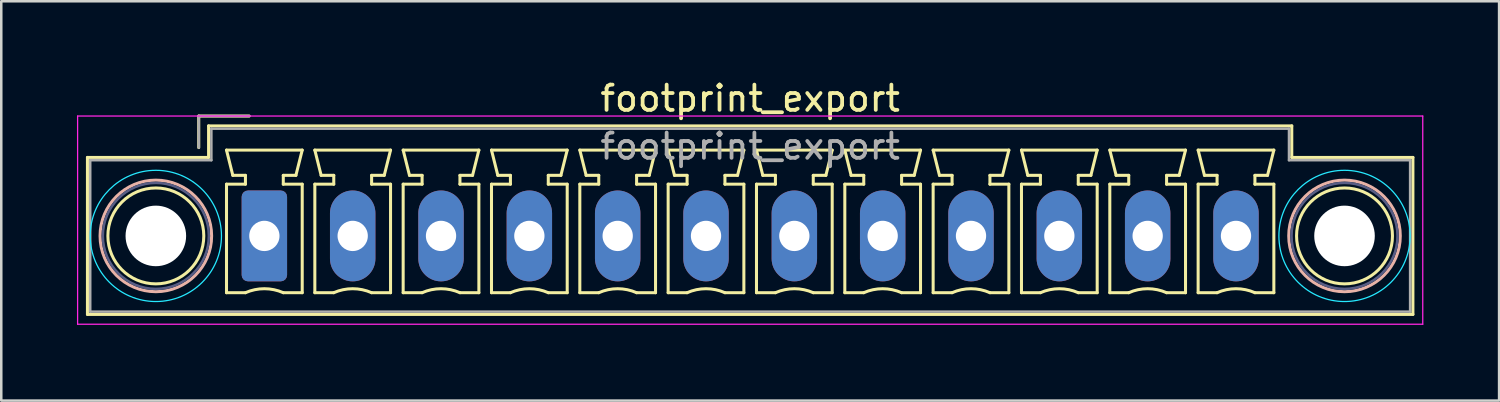
<source format=kicad_pcb>
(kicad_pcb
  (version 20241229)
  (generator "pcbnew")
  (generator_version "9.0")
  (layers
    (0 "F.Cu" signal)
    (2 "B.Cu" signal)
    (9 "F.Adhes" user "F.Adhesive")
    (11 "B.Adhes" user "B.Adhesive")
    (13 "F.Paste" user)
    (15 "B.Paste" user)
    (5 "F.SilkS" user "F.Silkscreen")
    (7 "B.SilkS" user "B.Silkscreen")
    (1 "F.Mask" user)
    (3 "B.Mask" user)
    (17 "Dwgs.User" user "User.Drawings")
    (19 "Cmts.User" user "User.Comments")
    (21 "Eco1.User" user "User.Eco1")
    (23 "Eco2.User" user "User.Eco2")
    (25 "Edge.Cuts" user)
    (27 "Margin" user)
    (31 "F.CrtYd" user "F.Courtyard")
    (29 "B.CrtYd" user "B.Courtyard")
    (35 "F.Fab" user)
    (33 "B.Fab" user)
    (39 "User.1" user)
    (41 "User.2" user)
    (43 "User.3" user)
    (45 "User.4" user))
  (footprint "footprint_export"
    (layer "F.Cu")
    (at 7.425 6.298)
    (property "Reference" "footprint_export" (at 19.25 -5.45 0) (layer "F.SilkS") (effects (font (size 1 1) (thickness 0.15))))
    (attr through_hole)
    (fp_line (start -7.01 -3.11) (end -7.01 3.11) (stroke (width 0.12) (type solid)) (layer "F.SilkS"))
    (fp_line (start -7.01 3.11) (end 45.51 3.11) (stroke (width 0.12) (type solid)) (layer "F.SilkS"))
    (fp_line (start -2.6 -4.75) (end -0.6 -4.75) (stroke (width 0.12) (type solid)) (layer "F.SilkS"))
    (fp_line (start -2.6 -3.5) (end -2.6 -4.75) (stroke (width 0.12) (type solid)) (layer "F.SilkS"))
    (fp_line (start -2.21 -4.36) (end -2.21 -3.11) (stroke (width 0.12) (type solid)) (layer "F.SilkS"))
    (fp_line (start -2.21 -3.11) (end -7.01 -3.11) (stroke (width 0.12) (type solid)) (layer "F.SilkS"))
    (fp_line (start -1.5 -3.4) (end 1.5 -3.4) (stroke (width 0.12) (type solid)) (layer "F.SilkS"))
    (fp_line (start -1.5 -2.05) (end -0.75 -2.05) (stroke (width 0.12) (type solid)) (layer "F.SilkS"))
    (fp_line (start -1.5 2.25) (end -1.5 -2.05) (stroke (width 0.12) (type solid)) (layer "F.SilkS"))
    (fp_line (start -1.25 -2.4) (end -1.5 -3.4) (stroke (width 0.12) (type solid)) (layer "F.SilkS"))
    (fp_line (start -0.75 -2.4) (end -1.25 -2.4) (stroke (width 0.12) (type solid)) (layer "F.SilkS"))
    (fp_line (start -0.75 -2.05) (end -0.75 -2.4) (stroke (width 0.12) (type solid)) (layer "F.SilkS"))
    (fp_line (start -0.75 2.25) (end -1.5 2.25) (stroke (width 0.12) (type solid)) (layer "F.SilkS"))
    (fp_line (start 0.75 -2.4) (end 0.75 -2.05) (stroke (width 0.12) (type solid)) (layer "F.SilkS"))
    (fp_line (start 0.75 -2.05) (end 1.5 -2.05) (stroke (width 0.12) (type solid)) (layer "F.SilkS"))
    (fp_line (start 1.25 -2.4) (end 0.75 -2.4) (stroke (width 0.12) (type solid)) (layer "F.SilkS"))
    (fp_line (start 1.5 -3.4) (end 1.25 -2.4) (stroke (width 0.12) (type solid)) (layer "F.SilkS"))
    (fp_line (start 1.5 -2.05) (end 1.5 2.25) (stroke (width 0.12) (type solid)) (layer "F.SilkS"))
    (fp_line (start 1.5 2.25) (end 0.75 2.25) (stroke (width 0.12) (type solid)) (layer "F.SilkS"))
    (fp_line (start 2 -3.4) (end 5 -3.4) (stroke (width 0.12) (type solid)) (layer "F.SilkS"))
    (fp_line (start 2 -2.05) (end 2.75 -2.05) (stroke (width 0.12) (type solid)) (layer "F.SilkS"))
    (fp_line (start 2 2.25) (end 2 -2.05) (stroke (width 0.12) (type solid)) (layer "F.SilkS"))
    (fp_line (start 2.25 -2.4) (end 2 -3.4) (stroke (width 0.12) (type solid)) (layer "F.SilkS"))
    (fp_line (start 2.75 -2.4) (end 2.25 -2.4) (stroke (width 0.12) (type solid)) (layer "F.SilkS"))
    (fp_line (start 2.75 -2.05) (end 2.75 -2.4) (stroke (width 0.12) (type solid)) (layer "F.SilkS"))
    (fp_line (start 2.75 2.25) (end 2 2.25) (stroke (width 0.12) (type solid)) (layer "F.SilkS"))
    (fp_line (start 4.25 -2.4) (end 4.25 -2.05) (stroke (width 0.12) (type solid)) (layer "F.SilkS"))
    (fp_line (start 4.25 -2.05) (end 5 -2.05) (stroke (width 0.12) (type solid)) (layer "F.SilkS"))
    (fp_line (start 4.75 -2.4) (end 4.25 -2.4) (stroke (width 0.12) (type solid)) (layer "F.SilkS"))
    (fp_line (start 5 -3.4) (end 4.75 -2.4) (stroke (width 0.12) (type solid)) (layer "F.SilkS"))
    (fp_line (start 5 -2.05) (end 5 2.25) (stroke (width 0.12) (type solid)) (layer "F.SilkS"))
    (fp_line (start 5 2.25) (end 4.25 2.25) (stroke (width 0.12) (type solid)) (layer "F.SilkS"))
    (fp_line (start 5.5 -3.4) (end 8.5 -3.4) (stroke (width 0.12) (type solid)) (layer "F.SilkS"))
    (fp_line (start 5.5 -2.05) (end 6.25 -2.05) (stroke (width 0.12) (type solid)) (layer "F.SilkS"))
    (fp_line (start 5.5 2.25) (end 5.5 -2.05) (stroke (width 0.12) (type solid)) (layer "F.SilkS"))
    (fp_line (start 5.75 -2.4) (end 5.5 -3.4) (stroke (width 0.12) (type solid)) (layer "F.SilkS"))
    (fp_line (start 6.25 -2.4) (end 5.75 -2.4) (stroke (width 0.12) (type solid)) (layer "F.SilkS"))
    (fp_line (start 6.25 -2.05) (end 6.25 -2.4) (stroke (width 0.12) (type solid)) (layer "F.SilkS"))
    (fp_line (start 6.25 2.25) (end 5.5 2.25) (stroke (width 0.12) (type solid)) (layer "F.SilkS"))
    (fp_line (start 7.75 -2.4) (end 7.75 -2.05) (stroke (width 0.12) (type solid)) (layer "F.SilkS"))
    (fp_line (start 7.75 -2.05) (end 8.5 -2.05) (stroke (width 0.12) (type solid)) (layer "F.SilkS"))
    (fp_line (start 8.25 -2.4) (end 7.75 -2.4) (stroke (width 0.12) (type solid)) (layer "F.SilkS"))
    (fp_line (start 8.5 -3.4) (end 8.25 -2.4) (stroke (width 0.12) (type solid)) (layer "F.SilkS"))
    (fp_line (start 8.5 -2.05) (end 8.5 2.25) (stroke (width 0.12) (type solid)) (layer "F.SilkS"))
    (fp_line (start 8.5 2.25) (end 7.75 2.25) (stroke (width 0.12) (type solid)) (layer "F.SilkS"))
    (fp_line (start 9 -3.4) (end 12 -3.4) (stroke (width 0.12) (type solid)) (layer "F.SilkS"))
    (fp_line (start 9 -2.05) (end 9.75 -2.05) (stroke (width 0.12) (type solid)) (layer "F.SilkS"))
    (fp_line (start 9 2.25) (end 9 -2.05) (stroke (width 0.12) (type solid)) (layer "F.SilkS"))
    (fp_line (start 9.25 -2.4) (end 9 -3.4) (stroke (width 0.12) (type solid)) (layer "F.SilkS"))
    (fp_line (start 9.75 -2.4) (end 9.25 -2.4) (stroke (width 0.12) (type solid)) (layer "F.SilkS"))
    (fp_line (start 9.75 -2.05) (end 9.75 -2.4) (stroke (width 0.12) (type solid)) (layer "F.SilkS"))
    (fp_line (start 9.75 2.25) (end 9 2.25) (stroke (width 0.12) (type solid)) (layer "F.SilkS"))
    (fp_line (start 11.25 -2.4) (end 11.25 -2.05) (stroke (width 0.12) (type solid)) (layer "F.SilkS"))
    (fp_line (start 11.25 -2.05) (end 12 -2.05) (stroke (width 0.12) (type solid)) (layer "F.SilkS"))
    (fp_line (start 11.75 -2.4) (end 11.25 -2.4) (stroke (width 0.12) (type solid)) (layer "F.SilkS"))
    (fp_line (start 12 -3.4) (end 11.75 -2.4) (stroke (width 0.12) (type solid)) (layer "F.SilkS"))
    (fp_line (start 12 -2.05) (end 12 2.25) (stroke (width 0.12) (type solid)) (layer "F.SilkS"))
    (fp_line (start 12 2.25) (end 11.25 2.25) (stroke (width 0.12) (type solid)) (layer "F.SilkS"))
    (fp_line (start 12.5 -3.4) (end 15.5 -3.4) (stroke (width 0.12) (type solid)) (layer "F.SilkS"))
    (fp_line (start 12.5 -2.05) (end 13.25 -2.05) (stroke (width 0.12) (type solid)) (layer "F.SilkS"))
    (fp_line (start 12.5 2.25) (end 12.5 -2.05) (stroke (width 0.12) (type solid)) (layer "F.SilkS"))
    (fp_line (start 12.75 -2.4) (end 12.5 -3.4) (stroke (width 0.12) (type solid)) (layer "F.SilkS"))
    (fp_line (start 13.25 -2.4) (end 12.75 -2.4) (stroke (width 0.12) (type solid)) (layer "F.SilkS"))
    (fp_line (start 13.25 -2.05) (end 13.25 -2.4) (stroke (width 0.12) (type solid)) (layer "F.SilkS"))
    (fp_line (start 13.25 2.25) (end 12.5 2.25) (stroke (width 0.12) (type solid)) (layer "F.SilkS"))
    (fp_line (start 14.75 -2.4) (end 14.75 -2.05) (stroke (width 0.12) (type solid)) (layer "F.SilkS"))
    (fp_line (start 14.75 -2.05) (end 15.5 -2.05) (stroke (width 0.12) (type solid)) (layer "F.SilkS"))
    (fp_line (start 15.25 -2.4) (end 14.75 -2.4) (stroke (width 0.12) (type solid)) (layer "F.SilkS"))
    (fp_line (start 15.5 -3.4) (end 15.25 -2.4) (stroke (width 0.12) (type solid)) (layer "F.SilkS"))
    (fp_line (start 15.5 -2.05) (end 15.5 2.25) (stroke (width 0.12) (type solid)) (layer "F.SilkS"))
    (fp_line (start 15.5 2.25) (end 14.75 2.25) (stroke (width 0.12) (type solid)) (layer "F.SilkS"))
    (fp_line (start 16 -3.4) (end 19 -3.4) (stroke (width 0.12) (type solid)) (layer "F.SilkS"))
    (fp_line (start 16 -2.05) (end 16.75 -2.05) (stroke (width 0.12) (type solid)) (layer "F.SilkS"))
    (fp_line (start 16 2.25) (end 16 -2.05) (stroke (width 0.12) (type solid)) (layer "F.SilkS"))
    (fp_line (start 16.25 -2.4) (end 16 -3.4) (stroke (width 0.12) (type solid)) (layer "F.SilkS"))
    (fp_line (start 16.75 -2.4) (end 16.25 -2.4) (stroke (width 0.12) (type solid)) (layer "F.SilkS"))
    (fp_line (start 16.75 -2.05) (end 16.75 -2.4) (stroke (width 0.12) (type solid)) (layer "F.SilkS"))
    (fp_line (start 16.75 2.25) (end 16 2.25) (stroke (width 0.12) (type solid)) (layer "F.SilkS"))
    (fp_line (start 18.25 -2.4) (end 18.25 -2.05) (stroke (width 0.12) (type solid)) (layer "F.SilkS"))
    (fp_line (start 18.25 -2.05) (end 19 -2.05) (stroke (width 0.12) (type solid)) (layer "F.SilkS"))
    (fp_line (start 18.75 -2.4) (end 18.25 -2.4) (stroke (width 0.12) (type solid)) (layer "F.SilkS"))
    (fp_line (start 19 -3.4) (end 18.75 -2.4) (stroke (width 0.12) (type solid)) (layer "F.SilkS"))
    (fp_line (start 19 -2.05) (end 19 2.25) (stroke (width 0.12) (type solid)) (layer "F.SilkS"))
    (fp_line (start 19 2.25) (end 18.25 2.25) (stroke (width 0.12) (type solid)) (layer "F.SilkS"))
    (fp_line (start 19.5 -3.4) (end 22.5 -3.4) (stroke (width 0.12) (type solid)) (layer "F.SilkS"))
    (fp_line (start 19.5 -2.05) (end 20.25 -2.05) (stroke (width 0.12) (type solid)) (layer "F.SilkS"))
    (fp_line (start 19.5 2.25) (end 19.5 -2.05) (stroke (width 0.12) (type solid)) (layer "F.SilkS"))
    (fp_line (start 19.75 -2.4) (end 19.5 -3.4) (stroke (width 0.12) (type solid)) (layer "F.SilkS"))
    (fp_line (start 20.25 -2.4) (end 19.75 -2.4) (stroke (width 0.12) (type solid)) (layer "F.SilkS"))
    (fp_line (start 20.25 -2.05) (end 20.25 -2.4) (stroke (width 0.12) (type solid)) (layer "F.SilkS"))
    (fp_line (start 20.25 2.25) (end 19.5 2.25) (stroke (width 0.12) (type solid)) (layer "F.SilkS"))
    (fp_line (start 21.75 -2.4) (end 21.75 -2.05) (stroke (width 0.12) (type solid)) (layer "F.SilkS"))
    (fp_line (start 21.75 -2.05) (end 22.5 -2.05) (stroke (width 0.12) (type solid)) (layer "F.SilkS"))
    (fp_line (start 22.25 -2.4) (end 21.75 -2.4) (stroke (width 0.12) (type solid)) (layer "F.SilkS"))
    (fp_line (start 22.5 -3.4) (end 22.25 -2.4) (stroke (width 0.12) (type solid)) (layer "F.SilkS"))
    (fp_line (start 22.5 -2.05) (end 22.5 2.25) (stroke (width 0.12) (type solid)) (layer "F.SilkS"))
    (fp_line (start 22.5 2.25) (end 21.75 2.25) (stroke (width 0.12) (type solid)) (layer "F.SilkS"))
    (fp_line (start 23 -3.4) (end 26 -3.4) (stroke (width 0.12) (type solid)) (layer "F.SilkS"))
    (fp_line (start 23 -2.05) (end 23.75 -2.05) (stroke (width 0.12) (type solid)) (layer "F.SilkS"))
    (fp_line (start 23 2.25) (end 23 -2.05) (stroke (width 0.12) (type solid)) (layer "F.SilkS"))
    (fp_line (start 23.25 -2.4) (end 23 -3.4) (stroke (width 0.12) (type solid)) (layer "F.SilkS"))
    (fp_line (start 23.75 -2.4) (end 23.25 -2.4) (stroke (width 0.12) (type solid)) (layer "F.SilkS"))
    (fp_line (start 23.75 -2.05) (end 23.75 -2.4) (stroke (width 0.12) (type solid)) (layer "F.SilkS"))
    (fp_line (start 23.75 2.25) (end 23 2.25) (stroke (width 0.12) (type solid)) (layer "F.SilkS"))
    (fp_line (start 25.25 -2.4) (end 25.25 -2.05) (stroke (width 0.12) (type solid)) (layer "F.SilkS"))
    (fp_line (start 25.25 -2.05) (end 26 -2.05) (stroke (width 0.12) (type solid)) (layer "F.SilkS"))
    (fp_line (start 25.75 -2.4) (end 25.25 -2.4) (stroke (width 0.12) (type solid)) (layer "F.SilkS"))
    (fp_line (start 26 -3.4) (end 25.75 -2.4) (stroke (width 0.12) (type solid)) (layer "F.SilkS"))
    (fp_line (start 26 -2.05) (end 26 2.25) (stroke (width 0.12) (type solid)) (layer "F.SilkS"))
    (fp_line (start 26 2.25) (end 25.25 2.25) (stroke (width 0.12) (type solid)) (layer "F.SilkS"))
    (fp_line (start 26.5 -3.4) (end 29.5 -3.4) (stroke (width 0.12) (type solid)) (layer "F.SilkS"))
    (fp_line (start 26.5 -2.05) (end 27.25 -2.05) (stroke (width 0.12) (type solid)) (layer "F.SilkS"))
    (fp_line (start 26.5 2.25) (end 26.5 -2.05) (stroke (width 0.12) (type solid)) (layer "F.SilkS"))
    (fp_line (start 26.75 -2.4) (end 26.5 -3.4) (stroke (width 0.12) (type solid)) (layer "F.SilkS"))
    (fp_line (start 27.25 -2.4) (end 26.75 -2.4) (stroke (width 0.12) (type solid)) (layer "F.SilkS"))
    (fp_line (start 27.25 -2.05) (end 27.25 -2.4) (stroke (width 0.12) (type solid)) (layer "F.SilkS"))
    (fp_line (start 27.25 2.25) (end 26.5 2.25) (stroke (width 0.12) (type solid)) (layer "F.SilkS"))
    (fp_line (start 28.75 -2.4) (end 28.75 -2.05) (stroke (width 0.12) (type solid)) (layer "F.SilkS"))
    (fp_line (start 28.75 -2.05) (end 29.5 -2.05) (stroke (width 0.12) (type solid)) (layer "F.SilkS"))
    (fp_line (start 29.25 -2.4) (end 28.75 -2.4) (stroke (width 0.12) (type solid)) (layer "F.SilkS"))
    (fp_line (start 29.5 -3.4) (end 29.25 -2.4) (stroke (width 0.12) (type solid)) (layer "F.SilkS"))
    (fp_line (start 29.5 -2.05) (end 29.5 2.25) (stroke (width 0.12) (type solid)) (layer "F.SilkS"))
    (fp_line (start 29.5 2.25) (end 28.75 2.25) (stroke (width 0.12) (type solid)) (layer "F.SilkS"))
    (fp_line (start 30 -3.4) (end 33 -3.4) (stroke (width 0.12) (type solid)) (layer "F.SilkS"))
    (fp_line (start 30 -2.05) (end 30.75 -2.05) (stroke (width 0.12) (type solid)) (layer "F.SilkS"))
    (fp_line (start 30 2.25) (end 30 -2.05) (stroke (width 0.12) (type solid)) (layer "F.SilkS"))
    (fp_line (start 30.25 -2.4) (end 30 -3.4) (stroke (width 0.12) (type solid)) (layer "F.SilkS"))
    (fp_line (start 30.75 -2.4) (end 30.25 -2.4) (stroke (width 0.12) (type solid)) (layer "F.SilkS"))
    (fp_line (start 30.75 -2.05) (end 30.75 -2.4) (stroke (width 0.12) (type solid)) (layer "F.SilkS"))
    (fp_line (start 30.75 2.25) (end 30 2.25) (stroke (width 0.12) (type solid)) (layer "F.SilkS"))
    (fp_line (start 32.25 -2.4) (end 32.25 -2.05) (stroke (width 0.12) (type solid)) (layer "F.SilkS"))
    (fp_line (start 32.25 -2.05) (end 33 -2.05) (stroke (width 0.12) (type solid)) (layer "F.SilkS"))
    (fp_line (start 32.75 -2.4) (end 32.25 -2.4) (stroke (width 0.12) (type solid)) (layer "F.SilkS"))
    (fp_line (start 33 -3.4) (end 32.75 -2.4) (stroke (width 0.12) (type solid)) (layer "F.SilkS"))
    (fp_line (start 33 -2.05) (end 33 2.25) (stroke (width 0.12) (type solid)) (layer "F.SilkS"))
    (fp_line (start 33 2.25) (end 32.25 2.25) (stroke (width 0.12) (type solid)) (layer "F.SilkS"))
    (fp_line (start 33.5 -3.4) (end 36.5 -3.4) (stroke (width 0.12) (type solid)) (layer "F.SilkS"))
    (fp_line (start 33.5 -2.05) (end 34.25 -2.05) (stroke (width 0.12) (type solid)) (layer "F.SilkS"))
    (fp_line (start 33.5 2.25) (end 33.5 -2.05) (stroke (width 0.12) (type solid)) (layer "F.SilkS"))
    (fp_line (start 33.75 -2.4) (end 33.5 -3.4) (stroke (width 0.12) (type solid)) (layer "F.SilkS"))
    (fp_line (start 34.25 -2.4) (end 33.75 -2.4) (stroke (width 0.12) (type solid)) (layer "F.SilkS"))
    (fp_line (start 34.25 -2.05) (end 34.25 -2.4) (stroke (width 0.12) (type solid)) (layer "F.SilkS"))
    (fp_line (start 34.25 2.25) (end 33.5 2.25) (stroke (width 0.12) (type solid)) (layer "F.SilkS"))
    (fp_line (start 35.75 -2.4) (end 35.75 -2.05) (stroke (width 0.12) (type solid)) (layer "F.SilkS"))
    (fp_line (start 35.75 -2.05) (end 36.5 -2.05) (stroke (width 0.12) (type solid)) (layer "F.SilkS"))
    (fp_line (start 36.25 -2.4) (end 35.75 -2.4) (stroke (width 0.12) (type solid)) (layer "F.SilkS"))
    (fp_line (start 36.5 -3.4) (end 36.25 -2.4) (stroke (width 0.12) (type solid)) (layer "F.SilkS"))
    (fp_line (start 36.5 -2.05) (end 36.5 2.25) (stroke (width 0.12) (type solid)) (layer "F.SilkS"))
    (fp_line (start 36.5 2.25) (end 35.75 2.25) (stroke (width 0.12) (type solid)) (layer "F.SilkS"))
    (fp_line (start 37 -3.4) (end 40 -3.4) (stroke (width 0.12) (type solid)) (layer "F.SilkS"))
    (fp_line (start 37 -2.05) (end 37.75 -2.05) (stroke (width 0.12) (type solid)) (layer "F.SilkS"))
    (fp_line (start 37 2.25) (end 37 -2.05) (stroke (width 0.12) (type solid)) (layer "F.SilkS"))
    (fp_line (start 37.25 -2.4) (end 37 -3.4) (stroke (width 0.12) (type solid)) (layer "F.SilkS"))
    (fp_line (start 37.75 -2.4) (end 37.25 -2.4) (stroke (width 0.12) (type solid)) (layer "F.SilkS"))
    (fp_line (start 37.75 -2.05) (end 37.75 -2.4) (stroke (width 0.12) (type solid)) (layer "F.SilkS"))
    (fp_line (start 37.75 2.25) (end 37 2.25) (stroke (width 0.12) (type solid)) (layer "F.SilkS"))
    (fp_line (start 39.25 -2.4) (end 39.25 -2.05) (stroke (width 0.12) (type solid)) (layer "F.SilkS"))
    (fp_line (start 39.25 -2.05) (end 40 -2.05) (stroke (width 0.12) (type solid)) (layer "F.SilkS"))
    (fp_line (start 39.75 -2.4) (end 39.25 -2.4) (stroke (width 0.12) (type solid)) (layer "F.SilkS"))
    (fp_line (start 40 -3.4) (end 39.75 -2.4) (stroke (width 0.12) (type solid)) (layer "F.SilkS"))
    (fp_line (start 40 -2.05) (end 40 2.25) (stroke (width 0.12) (type solid)) (layer "F.SilkS"))
    (fp_line (start 40 2.25) (end 39.25 2.25) (stroke (width 0.12) (type solid)) (layer "F.SilkS"))
    (fp_line (start 40.71 -4.36) (end -2.21 -4.36) (stroke (width 0.12) (type solid)) (layer "F.SilkS"))
    (fp_line (start 40.71 -3.11) (end 40.71 -4.36) (stroke (width 0.12) (type solid)) (layer "F.SilkS"))
    (fp_line (start 45.51 -3.11) (end 40.71 -3.11) (stroke (width 0.12) (type solid)) (layer "F.SilkS"))
    (fp_line (start 45.51 3.11) (end 45.51 -3.11) (stroke (width 0.12) (type solid)) (layer "F.SilkS"))
    (fp_arc (start -0.75 2.25) (mid -0.000193 2.09191) (end 0.749647 2.249844) (stroke (width 0.12) (type solid)) (layer "F.SilkS"))
    (fp_arc (start 2.75 2.25) (mid 3.499807 2.09191) (end 4.249647 2.249844) (stroke (width 0.12) (type solid)) (layer "F.SilkS"))
    (fp_arc (start 6.25 2.25) (mid 6.999807 2.09191) (end 7.749647 2.249844) (stroke (width 0.12) (type solid)) (layer "F.SilkS"))
    (fp_arc (start 9.75 2.25) (mid 10.499807 2.09191) (end 11.249647 2.249844) (stroke (width 0.12) (type solid)) (layer "F.SilkS"))
    (fp_arc (start 13.25 2.25) (mid 13.999807 2.09191) (end 14.749647 2.249844) (stroke (width 0.12) (type solid)) (layer "F.SilkS"))
    (fp_arc (start 16.75 2.25) (mid 17.499807 2.09191) (end 18.249647 2.249844) (stroke (width 0.12) (type solid)) (layer "F.SilkS"))
    (fp_arc (start 20.25 2.25) (mid 20.999807 2.09191) (end 21.749647 2.249844) (stroke (width 0.12) (type solid)) (layer "F.SilkS"))
    (fp_arc (start 23.75 2.25) (mid 24.499807 2.09191) (end 25.249647 2.249844) (stroke (width 0.12) (type solid)) (layer "F.SilkS"))
    (fp_arc (start 27.25 2.25) (mid 27.999807 2.09191) (end 28.749647 2.249844) (stroke (width 0.12) (type solid)) (layer "F.SilkS"))
    (fp_arc (start 30.75 2.25) (mid 31.499807 2.09191) (end 32.249647 2.249844) (stroke (width 0.12) (type solid)) (layer "F.SilkS"))
    (fp_arc (start 34.25 2.25) (mid 34.999807 2.09191) (end 35.749647 2.249844) (stroke (width 0.12) (type solid)) (layer "F.SilkS"))
    (fp_arc (start 37.75 2.25) (mid 38.499807 2.09191) (end 39.249647 2.249844) (stroke (width 0.12) (type solid)) (layer "F.SilkS"))
    (fp_circle (center -4.3 0) (end -2.4 0) (stroke (width 0.12) (type solid)) (fill no) (layer "F.SilkS"))
    (fp_circle (center 42.8 0) (end 44.7 0) (stroke (width 0.12) (type solid)) (fill no) (layer "F.SilkS"))
    (fp_circle (center -4.3 0) (end -2.09 0) (stroke (width 0.12) (type solid)) (fill no) (layer "B.SilkS"))
    (fp_circle (center 42.8 0) (end 45.01 0) (stroke (width 0.12) (type solid)) (fill no) (layer "B.SilkS"))
    (fp_circle (center -4.3 0) (end -1.7 0) (stroke (width 0.05) (type solid)) (fill no) (layer "B.CrtYd"))
    (fp_circle (center 42.8 0) (end 45.4 0) (stroke (width 0.05) (type solid)) (fill no) (layer "B.CrtYd"))
    (fp_line (start -7.4 -4.75) (end -7.4 3.5) (stroke (width 0.05) (type solid)) (layer "F.CrtYd"))
    (fp_line (start -7.4 3.5) (end 45.9 3.5) (stroke (width 0.05) (type solid)) (layer "F.CrtYd"))
    (fp_line (start 45.9 -4.75) (end -7.4 -4.75) (stroke (width 0.05) (type solid)) (layer "F.CrtYd"))
    (fp_line (start 45.9 3.5) (end 45.9 -4.75) (stroke (width 0.05) (type solid)) (layer "F.CrtYd"))
    (fp_circle (center -4.3 0) (end -2.2 0) (stroke (width 0.1) (type solid)) (fill no) (layer "B.Fab"))
    (fp_circle (center 42.8 0) (end 44.9 0) (stroke (width 0.1) (type solid)) (fill no) (layer "B.Fab"))
    (fp_line (start -6.9 -3) (end -6.9 3) (stroke (width 0.1) (type solid)) (layer "F.Fab"))
    (fp_line (start -6.9 3) (end 45.4 3) (stroke (width 0.1) (type solid)) (layer "F.Fab"))
    (fp_line (start -2.6 -4.75) (end -0.6 -4.75) (stroke (width 0.1) (type solid)) (layer "F.Fab"))
    (fp_line (start -2.6 -3.5) (end -2.6 -4.75) (stroke (width 0.1) (type solid)) (layer "F.Fab"))
    (fp_line (start -2.1 -4.25) (end -2.1 -3) (stroke (width 0.1) (type solid)) (layer "F.Fab"))
    (fp_line (start -2.1 -3) (end -6.9 -3) (stroke (width 0.1) (type solid)) (layer "F.Fab"))
    (fp_line (start 40.6 -4.25) (end -2.1 -4.25) (stroke (width 0.1) (type solid)) (layer "F.Fab"))
    (fp_line (start 40.6 -3) (end 40.6 -4.25) (stroke (width 0.1) (type solid)) (layer "F.Fab"))
    (fp_line (start 45.4 -3) (end 40.6 -3) (stroke (width 0.1) (type solid)) (layer "F.Fab"))
    (fp_line (start 45.4 3) (end 45.4 -3) (stroke (width 0.1) (type solid)) (layer "F.Fab"))
    (fp_text user "${REFERENCE}" (at 19.25 -3.55 0) (layer "F.Fab") (effects (font (size 1 1) (thickness 0.15))))
    (pad "" np_thru_hole circle (at -4.3 0) (size 2.4 2.4) (drill 2.4) (layers "*.Cu" "*.Mask"))
    (pad "" np_thru_hole circle (at 42.8 0) (size 2.4 2.4) (drill 2.4) (layers "*.Cu" "*.Mask"))
    (pad "1" thru_hole roundrect (at 0 0) (size 1.8 3.6) (drill 1.2) (layers "*.Cu" "*.Mask") (roundrect_rratio 0.139))
    (pad "2" thru_hole oval (at 3.5 0) (size 1.8 3.6) (drill 1.2) (layers "*.Cu" "*.Mask"))
    (pad "3" thru_hole oval (at 7 0) (size 1.8 3.6) (drill 1.2) (layers "*.Cu" "*.Mask"))
    (pad "4" thru_hole oval (at 10.5 0) (size 1.8 3.6) (drill 1.2) (layers "*.Cu" "*.Mask"))
    (pad "5" thru_hole oval (at 14 0) (size 1.8 3.6) (drill 1.2) (layers "*.Cu" "*.Mask"))
    (pad "6" thru_hole oval (at 17.5 0) (size 1.8 3.6) (drill 1.2) (layers "*.Cu" "*.Mask"))
    (pad "7" thru_hole oval (at 21 0) (size 1.8 3.6) (drill 1.2) (layers "*.Cu" "*.Mask"))
    (pad "8" thru_hole oval (at 24.5 0) (size 1.8 3.6) (drill 1.2) (layers "*.Cu" "*.Mask"))
    (pad "9" thru_hole oval (at 28 0) (size 1.8 3.6) (drill 1.2) (layers "*.Cu" "*.Mask"))
    (pad "10" thru_hole oval (at 31.5 0) (size 1.8 3.6) (drill 1.2) (layers "*.Cu" "*.Mask"))
    (pad "11" thru_hole oval (at 35 0) (size 1.8 3.6) (drill 1.2) (layers "*.Cu" "*.Mask"))
    (pad "12" thru_hole oval (at 38.5 0) (size 1.8 3.6) (drill 1.2) (layers "*.Cu" "*.Mask")))
  (gr_rect
    (start -3 -3)
    (end 56.35 12.823)
    (stroke (width 0.1) (type default))
    (fill no)
    (layer "Edge.Cuts")))
</source>
